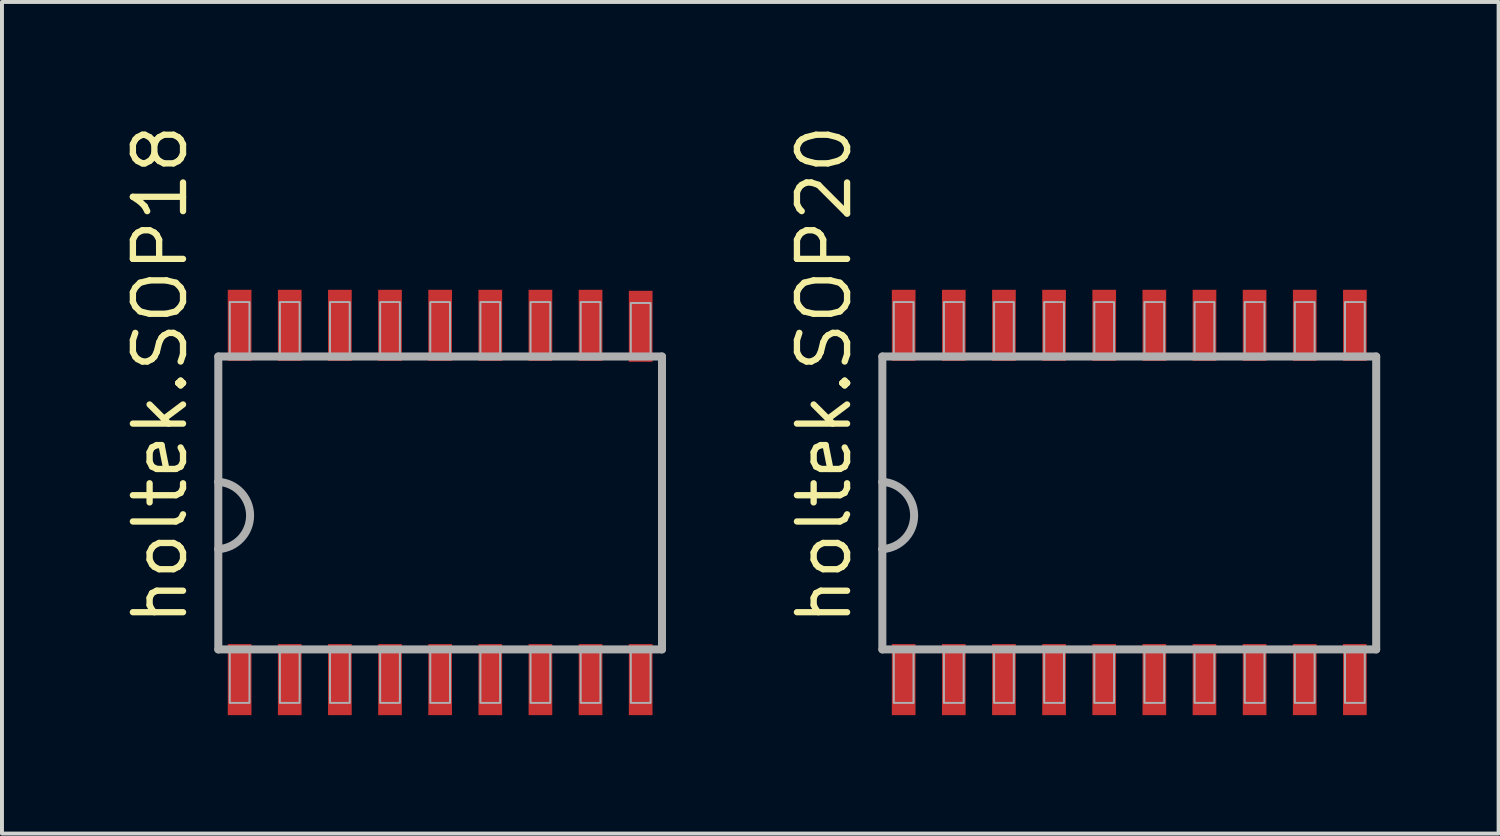
<source format=kicad_pcb>
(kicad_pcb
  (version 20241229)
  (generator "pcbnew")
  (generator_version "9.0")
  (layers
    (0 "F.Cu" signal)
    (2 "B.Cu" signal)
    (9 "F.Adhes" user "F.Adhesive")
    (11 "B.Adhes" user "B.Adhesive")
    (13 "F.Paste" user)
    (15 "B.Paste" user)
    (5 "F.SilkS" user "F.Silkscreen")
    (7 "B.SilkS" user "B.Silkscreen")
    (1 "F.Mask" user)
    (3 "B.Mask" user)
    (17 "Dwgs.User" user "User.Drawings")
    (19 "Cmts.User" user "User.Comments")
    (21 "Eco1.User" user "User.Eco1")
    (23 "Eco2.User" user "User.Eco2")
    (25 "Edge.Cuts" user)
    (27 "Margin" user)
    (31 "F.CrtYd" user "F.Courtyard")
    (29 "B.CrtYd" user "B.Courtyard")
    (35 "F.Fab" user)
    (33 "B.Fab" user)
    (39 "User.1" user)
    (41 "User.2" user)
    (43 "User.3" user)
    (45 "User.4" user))
  (footprint "holtek.SOP18"
    (layer "F.Cu")
    (at 8.1 9.691)
    (property "Reference" "holtek.SOP18" (at -6.35 3.175 90) (layer "F.SilkS") (effects (font (size 1.27 1.27) (thickness 0.16)) (justify left bottom)))
    (attr smd)
    (fp_line (start -5.62 -3.71) (end 5.62 -3.71) (stroke (width 0.203) (type default)) (layer "F.Fab"))
    (fp_line (start -5.62 -0.535) (end -5.62 -3.71) (stroke (width 0.203) (type default)) (layer "F.Fab"))
    (fp_line (start -5.62 1.17) (end -5.62 -0.535) (stroke (width 0.203) (type default)) (layer "F.Fab"))
    (fp_line (start -5.62 3.71) (end -5.62 1.17) (stroke (width 0.203) (type default)) (layer "F.Fab"))
    (fp_line (start 5.62 -3.71) (end 5.62 3.71) (stroke (width 0.203) (type default)) (layer "F.Fab"))
    (fp_line (start 5.62 3.71) (end -5.62 3.71) (stroke (width 0.203) (type default)) (layer "F.Fab"))
    (fp_rect (start -5.33 -3.76) (end -4.83 -5.09) (stroke (width 0.05) (type default)) (fill no) (layer "F.Fab"))
    (fp_rect (start -5.33 5.065) (end -4.83 3.735) (stroke (width 0.05) (type default)) (fill no) (layer "F.Fab"))
    (fp_rect (start -4.06 -3.76) (end -3.56 -5.09) (stroke (width 0.05) (type default)) (fill no) (layer "F.Fab"))
    (fp_rect (start -4.06 5.065) (end -3.56 3.735) (stroke (width 0.05) (type default)) (fill no) (layer "F.Fab"))
    (fp_rect (start -2.79 -3.76) (end -2.29 -5.09) (stroke (width 0.05) (type default)) (fill no) (layer "F.Fab"))
    (fp_rect (start -2.79 5.065) (end -2.29 3.735) (stroke (width 0.05) (type default)) (fill no) (layer "F.Fab"))
    (fp_rect (start -1.52 -3.76) (end -1.02 -5.09) (stroke (width 0.05) (type default)) (fill no) (layer "F.Fab"))
    (fp_rect (start -1.52 5.065) (end -1.02 3.735) (stroke (width 0.05) (type default)) (fill no) (layer "F.Fab"))
    (fp_rect (start -0.25 -3.76) (end 0.25 -5.09) (stroke (width 0.05) (type default)) (fill no) (layer "F.Fab"))
    (fp_rect (start -0.25 5.065) (end 0.25 3.735) (stroke (width 0.05) (type default)) (fill no) (layer "F.Fab"))
    (fp_rect (start 1.02 -3.76) (end 1.52 -5.09) (stroke (width 0.05) (type default)) (fill no) (layer "F.Fab"))
    (fp_rect (start 1.02 5.065) (end 1.52 3.735) (stroke (width 0.05) (type default)) (fill no) (layer "F.Fab"))
    (fp_rect (start 2.29 -3.76) (end 2.79 -5.09) (stroke (width 0.05) (type default)) (fill no) (layer "F.Fab"))
    (fp_rect (start 2.29 5.065) (end 2.79 3.735) (stroke (width 0.05) (type default)) (fill no) (layer "F.Fab"))
    (fp_rect (start 3.56 -3.76) (end 4.06 -5.09) (stroke (width 0.05) (type default)) (fill no) (layer "F.Fab"))
    (fp_rect (start 3.56 5.065) (end 4.06 3.735) (stroke (width 0.05) (type default)) (fill no) (layer "F.Fab"))
    (fp_rect (start 4.83 -3.735) (end 5.33 -5.065) (stroke (width 0.05) (type default)) (fill no) (layer "F.Fab"))
    (fp_rect (start 4.83 5.065) (end 5.33 3.735) (stroke (width 0.05) (type default)) (fill no) (layer "F.Fab"))
    (fp_arc (start -5.62 -0.535) (mid -4.81481 0.3175) (end -5.62 1.17) (stroke (width 0.2032) (type default)) (layer "F.Fab"))
    (pad "1" smd roundrect (at -5.08 4.475) (size 0.6 1.8) (layers "F.Cu" "F.Mask" "F.Paste") (roundrect_rratio 0.01))
    (pad "2" smd roundrect (at -3.81 4.475) (size 0.6 1.8) (layers "F.Cu" "F.Mask" "F.Paste") (roundrect_rratio 0.01))
    (pad "3" smd roundrect (at -2.54 4.475) (size 0.6 1.8) (layers "F.Cu" "F.Mask" "F.Paste") (roundrect_rratio 0.01))
    (pad "4" smd roundrect (at -1.27 4.475) (size 0.6 1.8) (layers "F.Cu" "F.Mask" "F.Paste") (roundrect_rratio 0.01))
    (pad "5" smd roundrect (at 0 4.475) (size 0.6 1.8) (layers "F.Cu" "F.Mask" "F.Paste") (roundrect_rratio 0.01))
    (pad "6" smd roundrect (at 1.27 4.475) (size 0.6 1.8) (layers "F.Cu" "F.Mask" "F.Paste") (roundrect_rratio 0.01))
    (pad "7" smd roundrect (at 2.54 4.475) (size 0.6 1.8) (layers "F.Cu" "F.Mask" "F.Paste") (roundrect_rratio 0.01))
    (pad "8" smd roundrect (at 3.81 4.475) (size 0.6 1.8) (layers "F.Cu" "F.Mask" "F.Paste") (roundrect_rratio 0.01))
    (pad "9" smd roundrect (at 5.08 4.475) (size 0.6 1.8) (layers "F.Cu" "F.Mask" "F.Paste") (roundrect_rratio 0.01))
    (pad "10" smd roundrect (at 5.08 -4.475 180) (size 0.6 1.8) (layers "F.Cu" "F.Mask" "F.Paste") (roundrect_rratio 0.01))
    (pad "11" smd roundrect (at 3.81 -4.5) (size 0.6 1.8) (layers "F.Cu" "F.Mask" "F.Paste") (roundrect_rratio 0.01))
    (pad "12" smd roundrect (at 2.54 -4.5) (size 0.6 1.8) (layers "F.Cu" "F.Mask" "F.Paste") (roundrect_rratio 0.01))
    (pad "13" smd roundrect (at 1.27 -4.5) (size 0.6 1.8) (layers "F.Cu" "F.Mask" "F.Paste") (roundrect_rratio 0.01))
    (pad "14" smd roundrect (at 0 -4.5) (size 0.6 1.8) (layers "F.Cu" "F.Mask" "F.Paste") (roundrect_rratio 0.01))
    (pad "15" smd roundrect (at -1.27 -4.5) (size 0.6 1.8) (layers "F.Cu" "F.Mask" "F.Paste") (roundrect_rratio 0.01))
    (pad "16" smd roundrect (at -2.54 -4.5) (size 0.6 1.8) (layers "F.Cu" "F.Mask" "F.Paste") (roundrect_rratio 0.01))
    (pad "17" smd roundrect (at -3.81 -4.5) (size 0.6 1.8) (layers "F.Cu" "F.Mask" "F.Paste") (roundrect_rratio 0.01))
    (pad "18" smd roundrect (at -5.08 -4.5) (size 0.6 1.8) (layers "F.Cu" "F.Mask" "F.Paste") (roundrect_rratio 0.01)))
  (footprint "holtek.SOP20"
    (layer "F.Cu")
    (at 25.557 9.691)
    (property "Reference" "holtek.SOP20" (at -6.985 3.175 90) (layer "F.SilkS") (effects (font (size 1.27 1.27) (thickness 0.16)) (justify left bottom)))
    (attr smd)
    (fp_line (start -6.255 -3.71) (end 6.255 -3.71) (stroke (width 0.203) (type default)) (layer "F.Fab"))
    (fp_line (start -6.255 -0.535) (end -6.255 -3.71) (stroke (width 0.203) (type default)) (layer "F.Fab"))
    (fp_line (start -6.255 1.17) (end -6.255 -0.535) (stroke (width 0.203) (type default)) (layer "F.Fab"))
    (fp_line (start -6.255 3.71) (end -6.255 1.17) (stroke (width 0.203) (type default)) (layer "F.Fab"))
    (fp_line (start 6.255 -3.71) (end 6.255 3.71) (stroke (width 0.203) (type default)) (layer "F.Fab"))
    (fp_line (start 6.255 3.71) (end -6.255 3.71) (stroke (width 0.203) (type default)) (layer "F.Fab"))
    (fp_rect (start -5.965 -3.76) (end -5.465 -5.09) (stroke (width 0.05) (type default)) (fill no) (layer "F.Fab"))
    (fp_rect (start -5.965 5.065) (end -5.465 3.735) (stroke (width 0.05) (type default)) (fill no) (layer "F.Fab"))
    (fp_rect (start -4.695 -3.76) (end -4.195 -5.09) (stroke (width 0.05) (type default)) (fill no) (layer "F.Fab"))
    (fp_rect (start -4.695 5.065) (end -4.195 3.735) (stroke (width 0.05) (type default)) (fill no) (layer "F.Fab"))
    (fp_rect (start -3.425 -3.76) (end -2.925 -5.09) (stroke (width 0.05) (type default)) (fill no) (layer "F.Fab"))
    (fp_rect (start -3.425 5.065) (end -2.925 3.735) (stroke (width 0.05) (type default)) (fill no) (layer "F.Fab"))
    (fp_rect (start -2.155 -3.76) (end -1.655 -5.09) (stroke (width 0.05) (type default)) (fill no) (layer "F.Fab"))
    (fp_rect (start -2.155 5.065) (end -1.655 3.735) (stroke (width 0.05) (type default)) (fill no) (layer "F.Fab"))
    (fp_rect (start -0.885 -3.76) (end -0.385 -5.09) (stroke (width 0.05) (type default)) (fill no) (layer "F.Fab"))
    (fp_rect (start -0.885 5.065) (end -0.385 3.735) (stroke (width 0.05) (type default)) (fill no) (layer "F.Fab"))
    (fp_rect (start 0.385 -3.76) (end 0.885 -5.09) (stroke (width 0.05) (type default)) (fill no) (layer "F.Fab"))
    (fp_rect (start 0.385 5.065) (end 0.885 3.735) (stroke (width 0.05) (type default)) (fill no) (layer "F.Fab"))
    (fp_rect (start 1.655 -3.76) (end 2.155 -5.09) (stroke (width 0.05) (type default)) (fill no) (layer "F.Fab"))
    (fp_rect (start 1.655 5.065) (end 2.155 3.735) (stroke (width 0.05) (type default)) (fill no) (layer "F.Fab"))
    (fp_rect (start 2.925 -3.76) (end 3.425 -5.09) (stroke (width 0.05) (type default)) (fill no) (layer "F.Fab"))
    (fp_rect (start 2.925 5.065) (end 3.425 3.735) (stroke (width 0.05) (type default)) (fill no) (layer "F.Fab"))
    (fp_rect (start 4.195 -3.76) (end 4.695 -5.09) (stroke (width 0.05) (type default)) (fill no) (layer "F.Fab"))
    (fp_rect (start 4.195 5.065) (end 4.695 3.735) (stroke (width 0.05) (type default)) (fill no) (layer "F.Fab"))
    (fp_rect (start 5.465 -3.76) (end 5.965 -5.09) (stroke (width 0.05) (type default)) (fill no) (layer "F.Fab"))
    (fp_rect (start 5.465 5.065) (end 5.965 3.735) (stroke (width 0.05) (type default)) (fill no) (layer "F.Fab"))
    (fp_arc (start -6.255 -0.535) (mid -5.44981 0.3175) (end -6.255 1.17) (stroke (width 0.2032) (type default)) (layer "F.Fab"))
    (pad "1" smd roundrect (at -5.715 4.475) (size 0.6 1.8) (layers "F.Cu" "F.Mask" "F.Paste") (roundrect_rratio 0.01))
    (pad "2" smd roundrect (at -4.445 4.475) (size 0.6 1.8) (layers "F.Cu" "F.Mask" "F.Paste") (roundrect_rratio 0.01))
    (pad "3" smd roundrect (at -3.175 4.475) (size 0.6 1.8) (layers "F.Cu" "F.Mask" "F.Paste") (roundrect_rratio 0.01))
    (pad "4" smd roundrect (at -1.905 4.475) (size 0.6 1.8) (layers "F.Cu" "F.Mask" "F.Paste") (roundrect_rratio 0.01))
    (pad "5" smd roundrect (at -0.635 4.475) (size 0.6 1.8) (layers "F.Cu" "F.Mask" "F.Paste") (roundrect_rratio 0.01))
    (pad "6" smd roundrect (at 0.635 4.475) (size 0.6 1.8) (layers "F.Cu" "F.Mask" "F.Paste") (roundrect_rratio 0.01))
    (pad "7" smd roundrect (at 1.905 4.475) (size 0.6 1.8) (layers "F.Cu" "F.Mask" "F.Paste") (roundrect_rratio 0.01))
    (pad "8" smd roundrect (at 3.175 4.475) (size 0.6 1.8) (layers "F.Cu" "F.Mask" "F.Paste") (roundrect_rratio 0.01))
    (pad "9" smd roundrect (at 4.445 4.475) (size 0.6 1.8) (layers "F.Cu" "F.Mask" "F.Paste") (roundrect_rratio 0.01))
    (pad "10" smd roundrect (at 5.715 4.475) (size 0.6 1.8) (layers "F.Cu" "F.Mask" "F.Paste") (roundrect_rratio 0.01))
    (pad "11" smd roundrect (at 5.715 -4.5) (size 0.6 1.8) (layers "F.Cu" "F.Mask" "F.Paste") (roundrect_rratio 0.01))
    (pad "12" smd roundrect (at 4.445 -4.5) (size 0.6 1.8) (layers "F.Cu" "F.Mask" "F.Paste") (roundrect_rratio 0.01))
    (pad "13" smd roundrect (at 3.175 -4.5) (size 0.6 1.8) (layers "F.Cu" "F.Mask" "F.Paste") (roundrect_rratio 0.01))
    (pad "14" smd roundrect (at 1.905 -4.5) (size 0.6 1.8) (layers "F.Cu" "F.Mask" "F.Paste") (roundrect_rratio 0.01))
    (pad "15" smd roundrect (at 0.635 -4.5) (size 0.6 1.8) (layers "F.Cu" "F.Mask" "F.Paste") (roundrect_rratio 0.01))
    (pad "16" smd roundrect (at -0.635 -4.5) (size 0.6 1.8) (layers "F.Cu" "F.Mask" "F.Paste") (roundrect_rratio 0.01))
    (pad "17" smd roundrect (at -1.905 -4.5) (size 0.6 1.8) (layers "F.Cu" "F.Mask" "F.Paste") (roundrect_rratio 0.01))
    (pad "18" smd roundrect (at -3.175 -4.5) (size 0.6 1.8) (layers "F.Cu" "F.Mask" "F.Paste") (roundrect_rratio 0.01))
    (pad "19" smd roundrect (at -4.445 -4.5) (size 0.6 1.8) (layers "F.Cu" "F.Mask" "F.Paste") (roundrect_rratio 0.01))
    (pad "20" smd roundrect (at -5.715 -4.5) (size 0.6 1.8) (layers "F.Cu" "F.Mask" "F.Paste") (roundrect_rratio 0.01)))
  (gr_rect
    (start -3 -3)
    (end 34.913 18.066)
    (stroke (width 0.1) (type default))
    (fill no)
    (layer "Edge.Cuts")))
</source>
